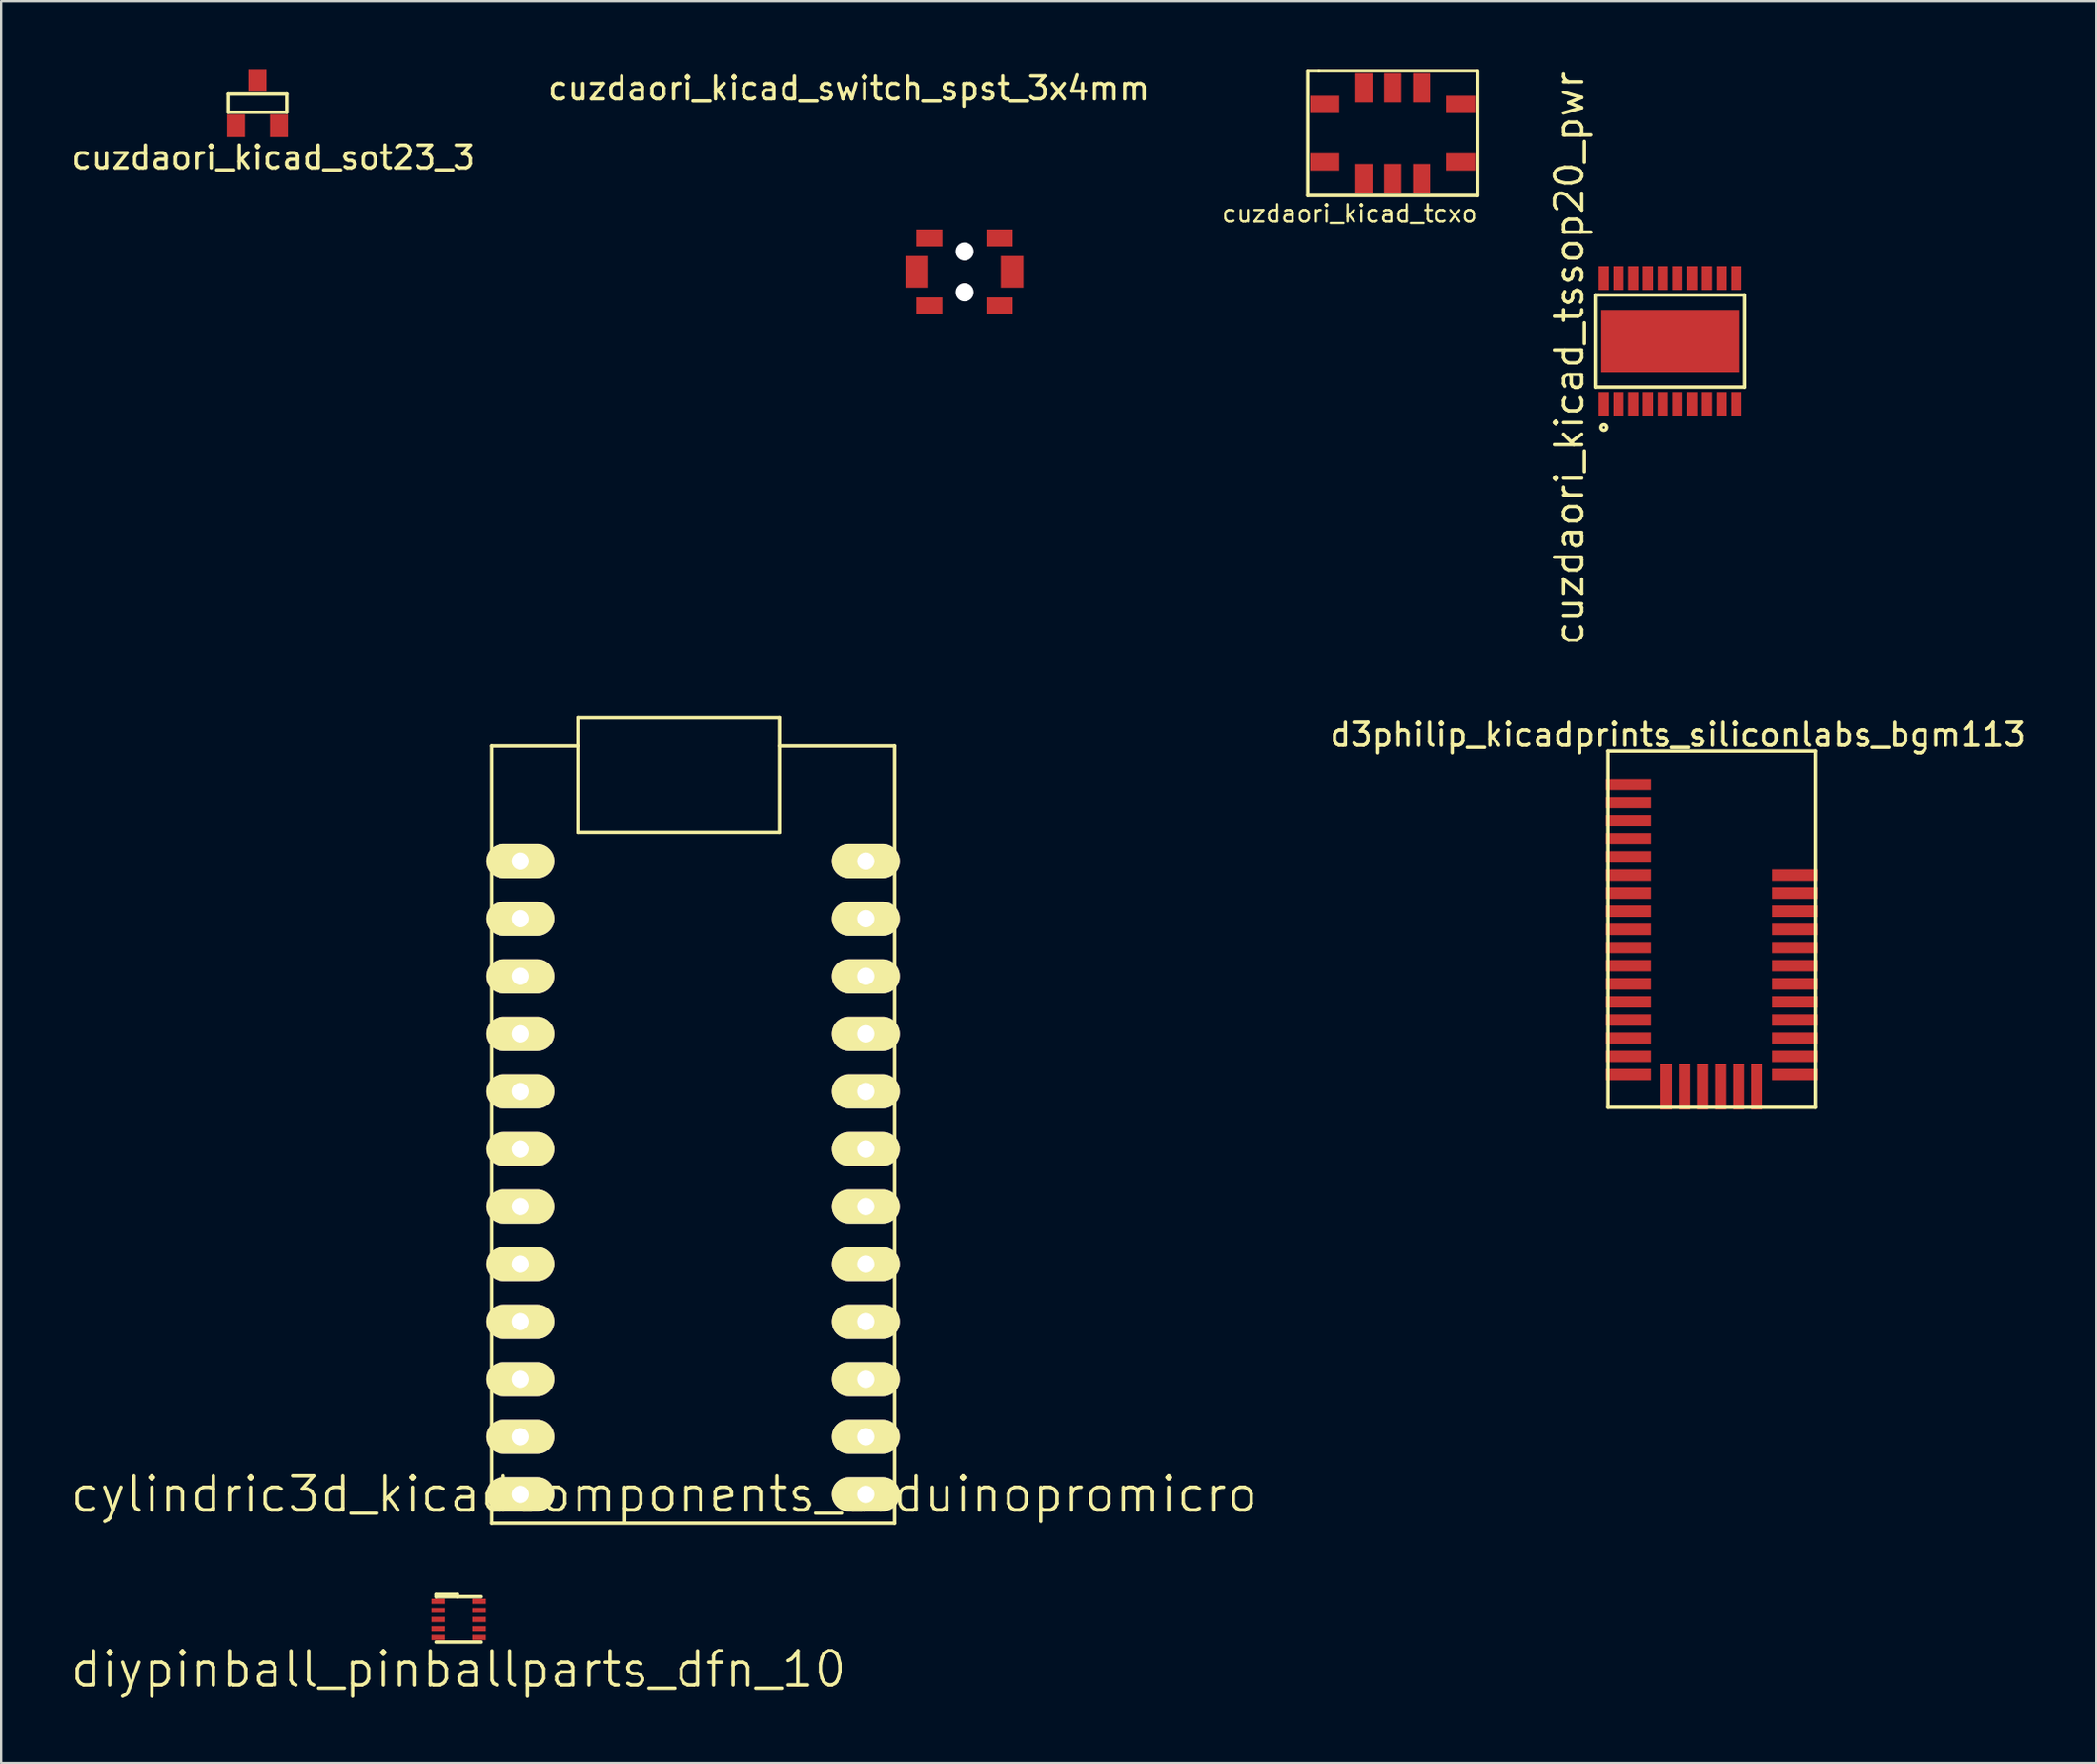
<source format=kicad_pcb>
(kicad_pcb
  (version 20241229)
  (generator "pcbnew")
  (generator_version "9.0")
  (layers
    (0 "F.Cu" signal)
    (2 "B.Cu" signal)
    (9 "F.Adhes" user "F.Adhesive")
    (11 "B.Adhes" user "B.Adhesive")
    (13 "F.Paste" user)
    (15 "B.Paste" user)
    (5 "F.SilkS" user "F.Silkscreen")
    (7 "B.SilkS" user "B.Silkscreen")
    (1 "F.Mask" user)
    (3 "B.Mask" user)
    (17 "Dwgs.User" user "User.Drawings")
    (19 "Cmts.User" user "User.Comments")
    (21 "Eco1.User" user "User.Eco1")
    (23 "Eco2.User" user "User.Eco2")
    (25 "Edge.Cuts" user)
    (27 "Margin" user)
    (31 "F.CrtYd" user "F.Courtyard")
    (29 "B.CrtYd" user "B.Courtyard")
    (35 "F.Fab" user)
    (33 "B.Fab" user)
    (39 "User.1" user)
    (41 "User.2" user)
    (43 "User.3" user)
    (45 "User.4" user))
  (footprint "cuzdaori_kicad_switch_spst_3x4mm"
    (layer "F.Cu")
    (at 39.499 8.948)
    (property "Reference" "cuzdaori_kicad_switch_spst_3x4mm" (at -5.1 -8.1 0) (layer "F.SilkS") (effects (font (size 1 1) (thickness 0.15))))
    (attr through_hole)
    (pad "" np_thru_hole circle (at 0 -0.9) (size 0.8 0.8) (drill 0.8) (layers "*.Cu" "*.Mask"))
    (pad "" np_thru_hole circle (at 0 0.9) (size 0.8 0.8) (drill 0.8) (layers "*.Cu" "*.Mask"))
    (pad "1" smd rect (at -2.1 0) (size 1 1.4) (layers "F.Cu" "F.Mask" "F.Paste"))
    (pad "2" smd rect (at 2.1 0) (size 1 1.4) (layers "F.Cu" "F.Mask" "F.Paste"))
    (pad "3" smd rect (at -1.55 -1.5) (size 1.15 0.75) (layers "F.Cu" "F.Mask" "F.Paste"))
    (pad "4" smd rect (at 1.55 -1.5) (size 1.15 0.75) (layers "F.Cu" "F.Mask" "F.Paste"))
    (pad "5" smd rect (at 1.55 1.5) (size 1.15 0.75) (layers "F.Cu" "F.Mask" "F.Paste"))
    (pad "6" smd rect (at -1.55 1.5) (size 1.15 0.75) (layers "F.Cu" "F.Mask" "F.Paste")))
  (footprint "cuzdaori_kicad_tssop20_pwr"
    (layer "F.Cu")
    (at 70.621 12)
    (property "Reference" "cuzdaori_kicad_tssop20_pwr" (at -4.445 0.762 270) (layer "F.SilkS") (effects (font (size 1.2 1.2) (thickness 0.15))))
    (attr through_hole)
    (fp_line (start -3.302 -2.032) (end -3.175 -2.032) (stroke (width 0.15) (type solid)) (layer "F.SilkS"))
    (fp_line (start -3.302 2.032) (end -3.302 -2.032) (stroke (width 0.15) (type solid)) (layer "F.SilkS"))
    (fp_line (start -3.175 -2.032) (end 3.302 -2.032) (stroke (width 0.15) (type solid)) (layer "F.SilkS"))
    (fp_line (start 3.302 -2.032) (end 3.302 2.032) (stroke (width 0.15) (type solid)) (layer "F.SilkS"))
    (fp_line (start 3.302 2.032) (end -3.302 2.032) (stroke (width 0.15) (type solid)) (layer "F.SilkS"))
    (fp_circle (center -2.921 3.81) (end -2.794 3.81) (stroke (width 0.15) (type solid)) (fill no) (layer "F.SilkS"))
    (pad "1" smd rect (at -2.925 2.775) (size 0.45 1.05) (layers "F.Cu" "F.Mask" "F.Paste"))
    (pad "2" smd rect (at -2.275 2.775) (size 0.45 1.05) (layers "F.Cu" "F.Mask" "F.Paste"))
    (pad "3" smd rect (at -1.625 2.775) (size 0.45 1.05) (layers "F.Cu" "F.Mask" "F.Paste"))
    (pad "4" smd rect (at -0.975 2.775) (size 0.45 1.05) (layers "F.Cu" "F.Mask" "F.Paste"))
    (pad "5" smd rect (at -0.325 2.775) (size 0.45 1.05) (layers "F.Cu" "F.Mask" "F.Paste"))
    (pad "6" smd rect (at 0.325 2.775) (size 0.45 1.05) (layers "F.Cu" "F.Mask" "F.Paste"))
    (pad "7" smd rect (at 0.975 2.775) (size 0.45 1.05) (layers "F.Cu" "F.Mask" "F.Paste"))
    (pad "8" smd rect (at 1.625 2.775) (size 0.45 1.05) (layers "F.Cu" "F.Mask" "F.Paste"))
    (pad "9" smd rect (at 2.275 2.775) (size 0.45 1.05) (layers "F.Cu" "F.Mask" "F.Paste"))
    (pad "10" smd rect (at 2.925 2.775) (size 0.45 1.05) (layers "F.Cu" "F.Mask" "F.Paste"))
    (pad "11" smd rect (at 2.925 -2.775) (size 0.45 1.05) (layers "F.Cu" "F.Mask" "F.Paste"))
    (pad "12" smd rect (at 2.275 -2.775) (size 0.45 1.05) (layers "F.Cu" "F.Mask" "F.Paste"))
    (pad "13" smd rect (at 1.625 -2.775) (size 0.45 1.05) (layers "F.Cu" "F.Mask" "F.Paste"))
    (pad "14" smd rect (at 0.975 -2.775) (size 0.45 1.05) (layers "F.Cu" "F.Mask" "F.Paste"))
    (pad "15" smd rect (at 0.325 -2.775) (size 0.45 1.05) (layers "F.Cu" "F.Mask" "F.Paste"))
    (pad "16" smd rect (at -0.325 -2.775) (size 0.45 1.05) (layers "F.Cu" "F.Mask" "F.Paste"))
    (pad "17" smd rect (at -0.975 -2.775) (size 0.45 1.05) (layers "F.Cu" "F.Mask" "F.Paste"))
    (pad "18" smd rect (at -1.625 -2.775) (size 0.45 1.05) (layers "F.Cu" "F.Mask" "F.Paste"))
    (pad "19" smd rect (at -2.275 -2.775) (size 0.45 1.05) (layers "F.Cu" "F.Mask" "F.Paste"))
    (pad "20" smd rect (at -2.925 -2.775) (size 0.45 1.05) (layers "F.Cu" "F.Mask" "F.Paste"))
    (pad "21" smd rect (at 0 0) (size 6.07 2.74) (layers "F.Cu" "F.Mask" "F.Paste")))
  (footprint "d3philip_kicadprints_siliconlabs_bgm113"
    (layer "F.Cu")
    (at 68.78 31.562)
    (property "Reference" "d3philip_kicadprints_siliconlabs_bgm113" (at 2.185 -2.189 0) (layer "F.SilkS") (effects (font (size 1 1) (thickness 0.15))))
    (attr through_hole)
    (fp_line (start -0.9 -1.475) (end -0.9 14.25) (stroke (width 0.15) (type solid)) (layer "F.SilkS"))
    (fp_line (start -0.9 -1.475) (end 8.25 -1.475) (stroke (width 0.15) (type solid)) (layer "F.SilkS"))
    (fp_line (start -0.9 14.25) (end 8.25 14.25) (stroke (width 0.15) (type solid)) (layer "F.SilkS"))
    (fp_line (start 8.25 -1.475) (end 8.25 14.25) (stroke (width 0.15) (type solid)) (layer "F.SilkS"))
    (pad "1" smd rect (at 0 0) (size 2 0.5) (layers "F.Cu" "F.Mask" "F.Paste"))
    (pad "2" smd rect (at 0 0.8) (size 2 0.5) (layers "F.Cu" "F.Mask" "F.Paste"))
    (pad "3" smd rect (at 0 1.6) (size 2 0.5) (layers "F.Cu" "F.Mask" "F.Paste"))
    (pad "4" smd rect (at 0 2.4) (size 2 0.5) (layers "F.Cu" "F.Mask" "F.Paste"))
    (pad "5" smd rect (at 0 3.2) (size 2 0.5) (layers "F.Cu" "F.Mask" "F.Paste"))
    (pad "6" smd rect (at 0 4) (size 2 0.5) (layers "F.Cu" "F.Mask" "F.Paste"))
    (pad "8" smd rect (at 0 4.8) (size 2 0.5) (layers "F.Cu" "F.Mask" "F.Paste"))
    (pad "9" smd rect (at 0 5.6) (size 2 0.5) (layers "F.Cu" "F.Mask" "F.Paste"))
    (pad "10" smd rect (at 0 6.4) (size 2 0.5) (layers "F.Cu" "F.Mask" "F.Paste"))
    (pad "11" smd rect (at 0 7.2) (size 2 0.5) (layers "F.Cu" "F.Mask" "F.Paste"))
    (pad "12" smd rect (at 0 8) (size 2 0.5) (layers "F.Cu" "F.Mask" "F.Paste"))
    (pad "13" smd rect (at 0 8.8) (size 2 0.5) (layers "F.Cu" "F.Mask" "F.Paste"))
    (pad "14" smd rect (at 0 9.6) (size 2 0.5) (layers "F.Cu" "F.Mask" "F.Paste"))
    (pad "15" smd rect (at 0 10.4) (size 2 0.5) (layers "F.Cu" "F.Mask" "F.Paste"))
    (pad "16" smd rect (at 0 11.2) (size 2 0.5) (layers "F.Cu" "F.Mask" "F.Paste"))
    (pad "17" smd rect (at 0 12) (size 2 0.5) (layers "F.Cu" "F.Mask" "F.Paste"))
    (pad "18" smd rect (at 0 12.8) (size 2 0.5) (layers "F.Cu" "F.Mask" "F.Paste"))
    (pad "19" smd rect (at 1.675 13.35 90) (size 2 0.5) (layers "F.Cu" "F.Mask" "F.Paste"))
    (pad "20" smd rect (at 2.475 13.35 90) (size 2 0.5) (layers "F.Cu" "F.Mask" "F.Paste"))
    (pad "21" smd rect (at 3.275 13.35 90) (size 2 0.5) (layers "F.Cu" "F.Mask" "F.Paste"))
    (pad "22" smd rect (at 4.075 13.35 90) (size 2 0.5) (layers "F.Cu" "F.Mask" "F.Paste"))
    (pad "23" smd rect (at 4.875 13.35 90) (size 2 0.5) (layers "F.Cu" "F.Mask" "F.Paste"))
    (pad "24" smd rect (at 5.675 13.35 90) (size 2 0.5) (layers "F.Cu" "F.Mask" "F.Paste"))
    (pad "25" smd rect (at 7.35 12.8) (size 2 0.5) (layers "F.Cu" "F.Mask" "F.Paste"))
    (pad "26" smd rect (at 7.35 12) (size 2 0.5) (layers "F.Cu" "F.Mask" "F.Paste"))
    (pad "27" smd rect (at 7.35 11.2) (size 2 0.5) (layers "F.Cu" "F.Mask" "F.Paste"))
    (pad "28" smd rect (at 7.35 10.4) (size 2 0.5) (layers "F.Cu" "F.Mask" "F.Paste"))
    (pad "29" smd rect (at 7.35 9.6) (size 2 0.5) (layers "F.Cu" "F.Mask" "F.Paste"))
    (pad "30" smd rect (at 7.35 8.8) (size 2 0.5) (layers "F.Cu" "F.Mask" "F.Paste"))
    (pad "31" smd rect (at 7.35 8) (size 2 0.5) (layers "F.Cu" "F.Mask" "F.Paste"))
    (pad "32" smd rect (at 7.35 7.2) (size 2 0.5) (layers "F.Cu" "F.Mask" "F.Paste"))
    (pad "33" smd rect (at 7.35 6.4) (size 2 0.5) (layers "F.Cu" "F.Mask" "F.Paste"))
    (pad "34" smd rect (at 7.35 5.6) (size 2 0.5) (layers "F.Cu" "F.Mask" "F.Paste"))
    (pad "35" smd rect (at 7.35 4.8) (size 2 0.5) (layers "F.Cu" "F.Mask" "F.Paste"))
    (pad "36" smd rect (at 7.35 4) (size 2 0.5) (layers "F.Cu" "F.Mask" "F.Paste")))
  (footprint "cuzdaori_kicad_sot23_3"
    (layer "F.Cu")
    (at 8.306 0.5)
    (property "Reference" "cuzdaori_kicad_sot23_3" (at 0.7 3.4 0) (layer "F.SilkS") (effects (font (size 1 1) (thickness 0.15))))
    (attr through_hole)
    (fp_line (start -1.3 0.6) (end -1.3 1.4) (stroke (width 0.15) (type solid)) (layer "F.SilkS"))
    (fp_line (start -1.3 1.4) (end 1.3 1.4) (stroke (width 0.15) (type solid)) (layer "F.SilkS"))
    (fp_line (start 1.3 0.6) (end -1.3 0.6) (stroke (width 0.15) (type solid)) (layer "F.SilkS"))
    (fp_line (start 1.3 1.4) (end 1.3 0.6) (stroke (width 0.15) (type solid)) (layer "F.SilkS"))
    (pad "1" smd rect (at -0.95 2) (size 0.8 1) (layers "F.Cu" "F.Mask" "F.Paste"))
    (pad "2" smd rect (at 0 0) (size 0.8 1) (layers "F.Cu" "F.Mask" "F.Paste"))
    (pad "3" smd rect (at 0.95 2) (size 0.8 1) (layers "F.Cu" "F.Mask" "F.Paste")))
  (footprint "diypinball_pinballparts_dfn_10"
    (layer "F.Cu")
    (at 17.182 68.409)
    (property "Reference" "diypinball_pinballparts_dfn_10" (at 0 2.2 0) (layer "F.SilkS") (effects (font (size 1.5 1.5) (thickness 0.15))))
    (attr through_hole)
    (fp_line (start -1 -1.1) (end -1 -1) (stroke (width 0.15) (type solid)) (layer "F.SilkS"))
    (fp_line (start -1 -1.1) (end -0.05 -1.1) (stroke (width 0.15) (type solid)) (layer "F.SilkS"))
    (fp_line (start -1 1) (end 1 1) (stroke (width 0.15) (type solid)) (layer "F.SilkS"))
    (fp_line (start -0.05 -1.1) (end -0.05 -1) (stroke (width 0.15) (type solid)) (layer "F.SilkS"))
    (fp_line (start 1 -1) (end -1 -1) (stroke (width 0.15) (type solid)) (layer "F.SilkS"))
    (pad "1" smd rect (at -0.9 -0.8) (size 0.6 0.225) (layers "F.Cu" "F.Mask" "F.Paste"))
    (pad "2" smd rect (at -0.9 -0.4) (size 0.6 0.225) (layers "F.Cu" "F.Mask" "F.Paste"))
    (pad "3" smd rect (at -0.9 0) (size 0.6 0.225) (layers "F.Cu" "F.Mask" "F.Paste"))
    (pad "4" smd rect (at -0.9 0.4) (size 0.6 0.225) (layers "F.Cu" "F.Mask" "F.Paste"))
    (pad "5" smd rect (at -0.9 0.8) (size 0.6 0.225) (layers "F.Cu" "F.Mask" "F.Paste"))
    (pad "6" smd rect (at 0.9 0.8) (size 0.6 0.225) (layers "F.Cu" "F.Mask" "F.Paste"))
    (pad "7" smd rect (at 0.9 0.4) (size 0.6 0.225) (layers "F.Cu" "F.Mask" "F.Paste"))
    (pad "8" smd rect (at 0.9 0) (size 0.6 0.225) (layers "F.Cu" "F.Mask" "F.Paste"))
    (pad "9" smd rect (at 0.9 -0.4) (size 0.6 0.225) (layers "F.Cu" "F.Mask" "F.Paste"))
    (pad "10" smd rect (at 0.9 -0.8) (size 0.6 0.225) (layers "F.Cu" "F.Mask" "F.Paste")))
  (footprint "cuzdaori_kicad_tcxo"
    (layer "F.Cu")
    (at 58.386 2.825)
    (property "Reference" "cuzdaori_kicad_tcxo" (at -1.9 3.55 0) (layer "F.SilkS") (effects (font (size 0.75 0.75) (thickness 0.1))))
    (attr through_hole)
    (fp_line (start -3.75 -2.75) (end -3.25 -2.75) (stroke (width 0.15) (type solid)) (layer "F.SilkS"))
    (fp_line (start -3.75 2.75) (end -3.75 -2.75) (stroke (width 0.15) (type solid)) (layer "F.SilkS"))
    (fp_line (start -3.25 -2.75) (end 3.75 -2.75) (stroke (width 0.15) (type solid)) (layer "F.SilkS"))
    (fp_line (start 3.75 -2.75) (end 3.75 2.75) (stroke (width 0.15) (type solid)) (layer "F.SilkS"))
    (fp_line (start 3.75 2.75) (end -3.75 2.75) (stroke (width 0.15) (type solid)) (layer "F.SilkS"))
    (pad "1" smd rect (at -1.27 2) (size 0.76 1.28) (layers "F.Cu" "F.Mask" "F.Paste"))
    (pad "2" smd rect (at 0 2) (size 0.76 1.28) (layers "F.Cu" "F.Mask" "F.Paste"))
    (pad "3" smd rect (at 1.27 2) (size 0.76 1.28) (layers "F.Cu" "F.Mask" "F.Paste"))
    (pad "4" smd rect (at 3 1.27 90) (size 0.76 1.28) (layers "F.Cu" "F.Mask" "F.Paste"))
    (pad "5" smd rect (at 3 -1.27 90) (size 0.76 1.28) (layers "F.Cu" "F.Mask" "F.Paste"))
    (pad "6" smd rect (at 1.27 -2) (size 0.76 1.28) (layers "F.Cu" "F.Mask" "F.Paste"))
    (pad "7" smd rect (at 0 -2) (size 0.76 1.28) (layers "F.Cu" "F.Mask" "F.Paste"))
    (pad "8" smd rect (at -1.27 -2) (size 0.76 1.28) (layers "F.Cu" "F.Mask" "F.Paste"))
    (pad "9" smd rect (at -3 -1.27 90) (size 0.76 1.28) (layers "F.Cu" "F.Mask" "F.Paste"))
    (pad "10" smd rect (at -3 1.27 90) (size 0.76 1.28) (layers "F.Cu" "F.Mask" "F.Paste")))
  (footprint "cylindric3d_kicadcomponents_arduinopromicro"
    (layer "F.Cu")
    (at 27.524 40.029)
    (property "Reference" "cylindric3d_kicadcomponents_arduinopromicro" (at -1.27 22.86 180) (layer "F.SilkS") (effects (font (size 1.5 1.5) (thickness 0.15))))
    (attr through_hole)
    (fp_line (start -8.89 -10.16) (end -8.89 24.13) (stroke (width 0.15) (type solid)) (layer "F.SilkS"))
    (fp_line (start -8.89 -10.16) (end -5.08 -10.16) (stroke (width 0.15) (type solid)) (layer "F.SilkS"))
    (fp_line (start -8.89 24.13) (end 8.89 24.13) (stroke (width 0.15) (type solid)) (layer "F.SilkS"))
    (fp_line (start -5.08 -11.43) (end -5.08 -6.35) (stroke (width 0.15) (type solid)) (layer "F.SilkS"))
    (fp_line (start -5.08 -11.43) (end 3.81 -11.43) (stroke (width 0.15) (type solid)) (layer "F.SilkS"))
    (fp_line (start -5.08 -6.35) (end 3.81 -6.35) (stroke (width 0.15) (type solid)) (layer "F.SilkS"))
    (fp_line (start 3.81 -10.16) (end 8.89 -10.16) (stroke (width 0.15) (type solid)) (layer "F.SilkS"))
    (fp_line (start 3.81 -6.35) (end 3.81 -11.43) (stroke (width 0.15) (type solid)) (layer "F.SilkS"))
    (fp_line (start 8.89 24.13) (end 8.89 -10.16) (stroke (width 0.15) (type solid)) (layer "F.SilkS"))
    (pad "1" thru_hole oval (at -7.62 -5.08 90) (size 1.5 3) (drill 0.762) (layers "*.Cu" "*.Mask" "F.SilkS"))
    (pad "2" thru_hole oval (at -7.62 -2.54 90) (size 1.5 3) (drill 0.762) (layers "*.Cu" "*.Mask" "F.SilkS"))
    (pad "3" thru_hole oval (at -7.62 0 90) (size 1.5 3) (drill 0.762) (layers "*.Cu" "*.Mask" "F.SilkS"))
    (pad "4" thru_hole oval (at -7.62 2.54 90) (size 1.5 3) (drill 0.762) (layers "*.Cu" "*.Mask" "F.SilkS"))
    (pad "5" thru_hole oval (at -7.62 5.08 90) (size 1.5 3) (drill 0.762) (layers "*.Cu" "*.Mask" "F.SilkS"))
    (pad "6" thru_hole oval (at -7.62 7.62 90) (size 1.5 3) (drill 0.762) (layers "*.Cu" "*.Mask" "F.SilkS"))
    (pad "7" thru_hole oval (at -7.62 10.16 90) (size 1.5 3) (drill 0.762) (layers "*.Cu" "*.Mask" "F.SilkS"))
    (pad "8" thru_hole oval (at -7.62 12.7 90) (size 1.5 3) (drill 0.762) (layers "*.Cu" "*.Mask" "F.SilkS"))
    (pad "9" thru_hole oval (at -7.62 15.24 90) (size 1.5 3) (drill 0.762) (layers "*.Cu" "*.Mask" "F.SilkS"))
    (pad "10" thru_hole oval (at -7.62 17.78 90) (size 1.5 3) (drill 0.762) (layers "*.Cu" "*.Mask" "F.SilkS"))
    (pad "11" thru_hole oval (at -7.62 20.32 90) (size 1.5 3) (drill 0.762) (layers "*.Cu" "*.Mask" "F.SilkS"))
    (pad "12" thru_hole oval (at -7.62 22.86 90) (size 1.5 3) (drill 0.762) (layers "*.Cu" "*.Mask" "F.SilkS"))
    (pad "13" thru_hole oval (at 7.62 22.86 90) (size 1.5 3) (drill 0.762) (layers "*.Cu" "*.Mask" "F.SilkS"))
    (pad "14" thru_hole oval (at 7.62 20.32 90) (size 1.5 3) (drill 0.762) (layers "*.Cu" "*.Mask" "F.SilkS"))
    (pad "15" thru_hole oval (at 7.62 17.78 90) (size 1.5 3) (drill 0.762) (layers "*.Cu" "*.Mask" "F.SilkS"))
    (pad "16" thru_hole oval (at 7.62 15.24 90) (size 1.5 3) (drill 0.762) (layers "*.Cu" "*.Mask" "F.SilkS"))
    (pad "17" thru_hole oval (at 7.62 12.7 90) (size 1.5 3) (drill 0.762) (layers "*.Cu" "*.Mask" "F.SilkS"))
    (pad "18" thru_hole oval (at 7.62 10.16 90) (size 1.5 3) (drill 0.762) (layers "*.Cu" "*.Mask" "F.SilkS"))
    (pad "19" thru_hole oval (at 7.62 7.62 90) (size 1.5 3) (drill 0.762) (layers "*.Cu" "*.Mask" "F.SilkS"))
    (pad "20" thru_hole oval (at 7.62 5.08 90) (size 1.5 3) (drill 0.762) (layers "*.Cu" "*.Mask" "F.SilkS"))
    (pad "21" thru_hole oval (at 7.62 2.54 90) (size 1.5 3) (drill 0.762) (layers "*.Cu" "*.Mask" "F.SilkS"))
    (pad "22" thru_hole oval (at 7.62 0 90) (size 1.5 3) (drill 0.762) (layers "*.Cu" "*.Mask" "F.SilkS"))
    (pad "23" thru_hole oval (at 7.62 -2.54 90) (size 1.5 3) (drill 0.762) (layers "*.Cu" "*.Mask" "F.SilkS"))
    (pad "24" thru_hole oval (at 7.62 -5.08 90) (size 1.5 3) (drill 0.762) (layers "*.Cu" "*.Mask" "F.SilkS")))
  (gr_rect
    (start -3 -3)
    (end 89.424 74.75)
    (stroke (width 0.1) (type default))
    (fill no)
    (layer "Edge.Cuts")))
</source>
